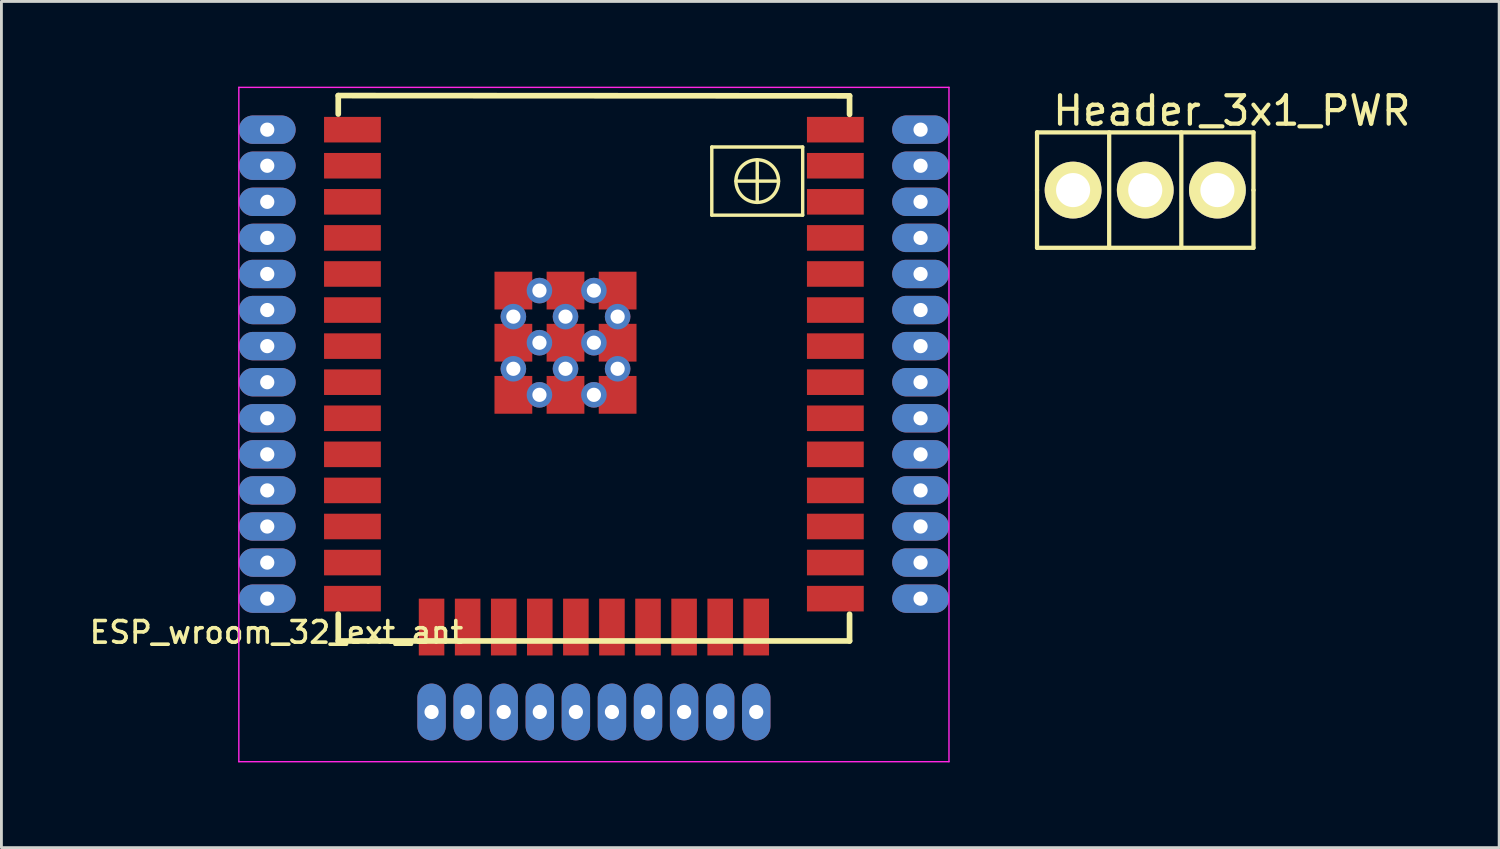
<source format=kicad_pcb>
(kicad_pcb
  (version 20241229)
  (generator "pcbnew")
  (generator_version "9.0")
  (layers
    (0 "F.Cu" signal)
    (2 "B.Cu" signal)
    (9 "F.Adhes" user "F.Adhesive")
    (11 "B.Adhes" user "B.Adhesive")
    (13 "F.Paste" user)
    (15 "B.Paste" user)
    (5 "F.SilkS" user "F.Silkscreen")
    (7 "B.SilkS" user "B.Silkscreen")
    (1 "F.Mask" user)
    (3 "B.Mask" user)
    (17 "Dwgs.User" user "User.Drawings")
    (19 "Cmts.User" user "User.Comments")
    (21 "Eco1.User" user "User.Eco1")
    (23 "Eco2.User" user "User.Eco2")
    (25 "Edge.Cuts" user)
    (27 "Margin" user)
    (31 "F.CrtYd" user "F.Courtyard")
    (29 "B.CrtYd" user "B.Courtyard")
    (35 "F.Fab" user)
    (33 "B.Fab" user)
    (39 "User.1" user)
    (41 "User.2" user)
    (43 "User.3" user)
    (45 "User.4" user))
  (footprint "Header_3x1_PWR"
    (layer "F.Cu")
    (at 37.268 3.642)
    (property "Reference" "Header_3x1_PWR" (at 3.048 -2.794 0) (layer "F.SilkS") (effects (font (size 1 1) (thickness 0.15))))
    (attr smd)
    (fp_line (start -3.81 -2.032) (end 3.81 -2.032) (stroke (width 0.15) (type solid)) (layer "F.SilkS"))
    (fp_line (start -3.81 0) (end -3.81 -2.032) (stroke (width 0.15) (type solid)) (layer "F.SilkS"))
    (fp_line (start -3.81 2.032) (end -3.81 0) (stroke (width 0.15) (type solid)) (layer "F.SilkS"))
    (fp_line (start -1.27 -2.032) (end -1.27 2.032) (stroke (width 0.15) (type solid)) (layer "F.SilkS"))
    (fp_line (start 1.27 2.032) (end 1.27 -2.032) (stroke (width 0.15) (type solid)) (layer "F.SilkS"))
    (fp_line (start 3.81 -2.032) (end 3.81 0) (stroke (width 0.15) (type solid)) (layer "F.SilkS"))
    (fp_line (start 3.81 0) (end 3.81 2.032) (stroke (width 0.15) (type solid)) (layer "F.SilkS"))
    (fp_line (start 3.81 2.032) (end -3.81 2.032) (stroke (width 0.15) (type solid)) (layer "F.SilkS"))
    (pad "1" thru_hole circle (at -2.54 0) (size 2 2) (drill 1.2) (layers "*.Cu" "*.Mask" "F.SilkS"))
    (pad "2" thru_hole circle (at 0 0) (size 2 2) (drill 1.2) (layers "*.Cu" "*.Mask" "F.SilkS"))
    (pad "3" thru_hole circle (at 2.54 0) (size 2 2) (drill 1.2) (layers "*.Cu" "*.Mask" "F.SilkS")))
  (footprint "ESP_wroom_32_ext_ant"
    (layer "F.Cu")
    (at 17.858 19.525)
    (property "Reference" "ESP_wroom_32_ext_ant" (at -11.176 -0.314 180) (layer "F.SilkS") (effects (font (size 0.762 0.762) (thickness 0.127))))
    (attr through_hole)
    (fp_line (start -9 -19.21) (end 9 -19.2) (stroke (width 0.2) (type solid)) (layer "F.SilkS"))
    (fp_line (start -9 -18.56) (end -9 -19.21) (stroke (width 0.2) (type solid)) (layer "F.SilkS"))
    (fp_line (start -9 -0.01) (end -9 -0.95) (stroke (width 0.2) (type solid)) (layer "F.SilkS"))
    (fp_line (start 4.15 -17.4) (end 7.35 -17.4) (stroke (width 0.12) (type solid)) (layer "F.SilkS"))
    (fp_line (start 4.15 -15) (end 4.15 -17.4) (stroke (width 0.12) (type solid)) (layer "F.SilkS"))
    (fp_line (start 5.75 -16.2) (end 5 -16.2) (stroke (width 0.12) (type solid)) (layer "F.SilkS"))
    (fp_line (start 5.75 -16.2) (end 5.75 -16.95) (stroke (width 0.12) (type solid)) (layer "F.SilkS"))
    (fp_line (start 5.75 -16.2) (end 5.75 -15.45) (stroke (width 0.12) (type solid)) (layer "F.SilkS"))
    (fp_line (start 5.75 -16.2) (end 6.5 -16.2) (stroke (width 0.12) (type solid)) (layer "F.SilkS"))
    (fp_line (start 7.35 -17.4) (end 7.35 -15) (stroke (width 0.12) (type solid)) (layer "F.SilkS"))
    (fp_line (start 7.35 -15) (end 4.15 -15) (stroke (width 0.12) (type solid)) (layer "F.SilkS"))
    (fp_line (start 9 -18.55) (end 9 -19.2) (stroke (width 0.2) (type solid)) (layer "F.SilkS"))
    (fp_line (start 9 -0.01) (end -9 -0.01) (stroke (width 0.2) (type solid)) (layer "F.SilkS"))
    (fp_line (start 9 -0.01) (end 9 -0.95) (stroke (width 0.2) (type solid)) (layer "F.SilkS"))
    (fp_circle (center 5.75 -16.2) (end 6.5 -16.2) (stroke (width 0.12) (type solid)) (fill no) (layer "F.SilkS"))
    (fp_line (start -12.5 4.24) (end -12.5 -19.5) (stroke (width 0.05) (type solid)) (layer "F.CrtYd"))
    (fp_line (start 12.5 -19.5) (end -12.5 -19.5) (stroke (width 0.05) (type solid)) (layer "F.CrtYd"))
    (fp_line (start 12.5 -19.5) (end 12.5 4.24) (stroke (width 0.05) (type solid)) (layer "F.CrtYd"))
    (fp_line (start 12.5 4.24) (end -12.5 4.24) (stroke (width 0.05) (type solid)) (layer "F.CrtYd"))
    (pad "1" thru_hole oval (at -11.5 -18.01) (size 2 1) (drill 0.5) (layers "*.Cu" "*.Mask"))
    (pad "1" smd rect (at -8.5 -18.01) (size 2 0.9) (layers "F.Cu" "F.Mask" "F.Paste"))
    (pad "2" thru_hole oval (at -11.5 -16.74) (size 2 1) (drill 0.5) (layers "*.Cu" "*.Mask"))
    (pad "2" smd rect (at -8.5 -16.74) (size 2 0.9) (layers "F.Cu" "F.Mask" "F.Paste"))
    (pad "3" thru_hole oval (at -11.5 -15.47) (size 2 1) (drill 0.5) (layers "*.Cu" "*.Mask"))
    (pad "3" smd rect (at -8.5 -15.47) (size 2 0.9) (layers "F.Cu" "F.Mask" "F.Paste"))
    (pad "4" thru_hole oval (at -11.5 -14.2) (size 2 1) (drill 0.5) (layers "*.Cu" "*.Mask"))
    (pad "4" smd rect (at -8.5 -14.2) (size 2 0.9) (layers "F.Cu" "F.Mask" "F.Paste"))
    (pad "5" thru_hole oval (at -11.5 -12.93) (size 2 1) (drill 0.5) (layers "*.Cu" "*.Mask"))
    (pad "5" smd rect (at -8.5 -12.93) (size 2 0.9) (layers "F.Cu" "F.Mask" "F.Paste"))
    (pad "6" thru_hole oval (at -11.5 -11.66) (size 2 1) (drill 0.5) (layers "*.Cu" "*.Mask"))
    (pad "6" smd rect (at -8.5 -11.66) (size 2 0.9) (layers "F.Cu" "F.Mask" "F.Paste"))
    (pad "7" thru_hole oval (at -11.5 -10.39) (size 2 1) (drill 0.5) (layers "*.Cu" "*.Mask"))
    (pad "7" smd rect (at -8.5 -10.39) (size 2 0.9) (layers "F.Cu" "F.Mask" "F.Paste"))
    (pad "8" thru_hole oval (at -11.5 -9.12) (size 2 1) (drill 0.5) (layers "*.Cu" "*.Mask"))
    (pad "8" smd rect (at -8.5 -9.12) (size 2 0.9) (layers "F.Cu" "F.Mask" "F.Paste"))
    (pad "9" thru_hole oval (at -11.5 -7.85) (size 2 1) (drill 0.5) (layers "*.Cu" "*.Mask"))
    (pad "9" smd rect (at -8.5 -7.85) (size 2 0.9) (layers "F.Cu" "F.Mask" "F.Paste"))
    (pad "10" thru_hole oval (at -11.5 -6.58) (size 2 1) (drill 0.5) (layers "*.Cu" "*.Mask"))
    (pad "10" smd rect (at -8.5 -6.58) (size 2 0.9) (layers "F.Cu" "F.Mask" "F.Paste"))
    (pad "11" thru_hole oval (at -11.5 -5.31) (size 2 1) (drill 0.5) (layers "*.Cu" "*.Mask"))
    (pad "11" smd rect (at -8.5 -5.31) (size 2 0.9) (layers "F.Cu" "F.Mask" "F.Paste"))
    (pad "12" thru_hole oval (at -11.5 -4.04) (size 2 1) (drill 0.5) (layers "*.Cu" "*.Mask"))
    (pad "12" smd rect (at -8.5 -4.04) (size 2 0.9) (layers "F.Cu" "F.Mask" "F.Paste"))
    (pad "13" thru_hole oval (at -11.5 -2.77) (size 2 1) (drill 0.5) (layers "*.Cu" "*.Mask"))
    (pad "13" smd rect (at -8.5 -2.77) (size 2 0.9) (layers "F.Cu" "F.Mask" "F.Paste"))
    (pad "14" thru_hole oval (at -11.5 -1.5) (size 2 1) (drill 0.5) (layers "*.Cu" "*.Mask"))
    (pad "14" smd rect (at -8.5 -1.5) (size 2 0.9) (layers "F.Cu" "F.Mask" "F.Paste"))
    (pad "15" smd rect (at -5.715 -0.5 90) (size 2 0.9) (layers "F.Cu" "F.Mask" "F.Paste"))
    (pad "15" thru_hole oval (at -5.715 2.49 90) (size 2 1) (drill 0.5) (layers "*.Cu" "*.Mask"))
    (pad "16" smd rect (at -4.445 -0.5 90) (size 2 0.9) (layers "F.Cu" "F.Mask" "F.Paste"))
    (pad "16" thru_hole oval (at -4.445 2.49 90) (size 2 1) (drill 0.5) (layers "*.Cu" "*.Mask"))
    (pad "17" smd rect (at -3.175 -0.5 90) (size 2 0.9) (layers "F.Cu" "F.Mask" "F.Paste"))
    (pad "17" thru_hole oval (at -3.175 2.49 90) (size 2 1) (drill 0.5) (layers "*.Cu" "*.Mask"))
    (pad "18" smd rect (at -1.905 -0.5 90) (size 2 0.9) (layers "F.Cu" "F.Mask" "F.Paste"))
    (pad "18" thru_hole oval (at -1.905 2.49 90) (size 2 1) (drill 0.5) (layers "*.Cu" "*.Mask"))
    (pad "19" smd rect (at -0.635 -0.5 90) (size 2 0.9) (layers "F.Cu" "F.Mask" "F.Paste"))
    (pad "19" thru_hole oval (at -0.635 2.49 90) (size 2 1) (drill 0.5) (layers "*.Cu" "*.Mask"))
    (pad "20" smd rect (at 0.635 -0.5 90) (size 2 0.9) (layers "F.Cu" "F.Mask" "F.Paste"))
    (pad "20" thru_hole oval (at 0.635 2.49 90) (size 2 1) (drill 0.5) (layers "*.Cu" "*.Mask"))
    (pad "21" smd rect (at 1.905 -0.5 90) (size 2 0.9) (layers "F.Cu" "F.Mask" "F.Paste"))
    (pad "21" thru_hole oval (at 1.905 2.49 90) (size 2 1) (drill 0.5) (layers "*.Cu" "*.Mask"))
    (pad "22" smd rect (at 3.175 -0.5 90) (size 2 0.9) (layers "F.Cu" "F.Mask" "F.Paste"))
    (pad "22" thru_hole oval (at 3.175 2.49 90) (size 2 1) (drill 0.5) (layers "*.Cu" "*.Mask"))
    (pad "23" smd rect (at 4.445 -0.5 90) (size 2 0.9) (layers "F.Cu" "F.Mask" "F.Paste"))
    (pad "23" thru_hole oval (at 4.445 2.49 90) (size 2 1) (drill 0.5) (layers "*.Cu" "*.Mask"))
    (pad "24" smd rect (at 5.715 -0.5 90) (size 2 0.9) (layers "F.Cu" "F.Mask" "F.Paste"))
    (pad "24" thru_hole oval (at 5.715 2.49 90) (size 2 1) (drill 0.5) (layers "*.Cu" "*.Mask"))
    (pad "25" smd rect (at 8.5 -1.5) (size 2 0.9) (layers "F.Cu" "F.Mask" "F.Paste"))
    (pad "25" thru_hole oval (at 11.5 -1.5) (size 2 1) (drill 0.5) (layers "*.Cu" "*.Mask"))
    (pad "26" smd rect (at 8.5 -2.77) (size 2 0.9) (layers "F.Cu" "F.Mask" "F.Paste"))
    (pad "26" thru_hole oval (at 11.5 -2.77) (size 2 1) (drill 0.5) (layers "*.Cu" "*.Mask"))
    (pad "27" smd rect (at 8.5 -4.04) (size 2 0.9) (layers "F.Cu" "F.Mask" "F.Paste"))
    (pad "27" thru_hole oval (at 11.5 -4.04) (size 2 1) (drill 0.5) (layers "*.Cu" "*.Mask"))
    (pad "28" smd rect (at 8.5 -5.31) (size 2 0.9) (layers "F.Cu" "F.Mask" "F.Paste"))
    (pad "28" thru_hole oval (at 11.5 -5.31) (size 2 1) (drill 0.5) (layers "*.Cu" "*.Mask"))
    (pad "29" smd rect (at 8.5 -6.58) (size 2 0.9) (layers "F.Cu" "F.Mask" "F.Paste"))
    (pad "29" thru_hole oval (at 11.5 -6.58) (size 2 1) (drill 0.5) (layers "*.Cu" "*.Mask"))
    (pad "30" smd rect (at 8.5 -7.85) (size 2 0.9) (layers "F.Cu" "F.Mask" "F.Paste"))
    (pad "30" thru_hole oval (at 11.5 -7.85) (size 2 1) (drill 0.5) (layers "*.Cu" "*.Mask"))
    (pad "31" smd rect (at 8.5 -9.12) (size 2 0.9) (layers "F.Cu" "F.Mask" "F.Paste"))
    (pad "31" thru_hole oval (at 11.5 -9.12) (size 2 1) (drill 0.5) (layers "*.Cu" "*.Mask"))
    (pad "32" smd rect (at 8.5 -10.39) (size 2 0.9) (layers "F.Cu" "F.Mask" "F.Paste"))
    (pad "32" thru_hole oval (at 11.5 -10.39) (size 2 1) (drill 0.5) (layers "*.Cu" "*.Mask"))
    (pad "33" smd rect (at 8.5 -11.66) (size 2 0.9) (layers "F.Cu" "F.Mask" "F.Paste"))
    (pad "33" thru_hole oval (at 11.5 -11.66) (size 2 1) (drill 0.5) (layers "*.Cu" "*.Mask"))
    (pad "34" smd rect (at 8.5 -12.93) (size 2 0.9) (layers "F.Cu" "F.Mask" "F.Paste"))
    (pad "34" thru_hole oval (at 11.5 -12.93) (size 2 1) (drill 0.5) (layers "*.Cu" "*.Mask"))
    (pad "35" smd rect (at 8.5 -14.2) (size 2 0.9) (layers "F.Cu" "F.Mask" "F.Paste"))
    (pad "35" thru_hole oval (at 11.5 -14.2) (size 2 1) (drill 0.5) (layers "*.Cu" "*.Mask"))
    (pad "36" smd rect (at 8.5 -15.47) (size 2 0.9) (layers "F.Cu" "F.Mask" "F.Paste"))
    (pad "36" thru_hole oval (at 11.5 -15.47) (size 2 1) (drill 0.5) (layers "*.Cu" "*.Mask"))
    (pad "37" smd rect (at 8.5 -16.74) (size 2 0.9) (layers "F.Cu" "F.Mask" "F.Paste"))
    (pad "37" thru_hole oval (at 11.5 -16.74) (size 2 1) (drill 0.5) (layers "*.Cu" "*.Mask"))
    (pad "38" smd rect (at 8.5 -18.01) (size 2 0.9) (layers "F.Cu" "F.Mask" "F.Paste"))
    (pad "38" thru_hole oval (at 11.5 -18.01) (size 2 1) (drill 0.5) (layers "*.Cu" "*.Mask"))
    (pad "39" smd rect (at -2.835 -12.345 90) (size 1.33 1.33) (layers "F.Cu" "F.Mask" "F.Paste"))
    (pad "39" thru_hole circle (at -2.835 -11.428 90) (size 0.9 0.9) (drill 0.5) (layers "*.Cu" "*.Mask"))
    (pad "39" smd rect (at -2.835 -10.51 90) (size 1.33 1.33) (layers "F.Cu" "F.Mask" "F.Paste"))
    (pad "39" thru_hole circle (at -2.835 -9.592 90) (size 0.9 0.9) (drill 0.5) (layers "*.Cu" "*.Mask"))
    (pad "39" smd rect (at -2.835 -8.675 90) (size 1.33 1.33) (layers "F.Cu" "F.Mask" "F.Paste"))
    (pad "39" thru_hole circle (at -1.917 -12.345 90) (size 0.9 0.9) (drill 0.5) (layers "*.Cu" "*.Mask"))
    (pad "39" thru_hole circle (at -1.917 -10.51 90) (size 0.9 0.9) (drill 0.5) (layers "*.Cu" "*.Mask"))
    (pad "39" thru_hole circle (at -1.917 -8.675 90) (size 0.9 0.9) (drill 0.5) (layers "*.Cu" "*.Mask"))
    (pad "39" smd rect (at -1 -12.345 90) (size 1.33 1.33) (layers "F.Cu" "F.Mask" "F.Paste"))
    (pad "39" thru_hole circle (at -1 -11.428 90) (size 0.9 0.9) (drill 0.5) (layers "*.Cu" "*.Mask"))
    (pad "39" smd rect (at -1 -10.51 90) (size 1.33 1.33) (layers "F.Cu" "F.Mask" "F.Paste"))
    (pad "39" thru_hole circle (at -1 -9.592 90) (size 0.9 0.9) (drill 0.5) (layers "*.Cu" "*.Mask"))
    (pad "39" smd rect (at -1 -8.675 90) (size 1.33 1.33) (layers "F.Cu" "F.Mask" "F.Paste"))
    (pad "39" thru_hole circle (at 0 -12.345 90) (size 0.9 0.9) (drill 0.5) (layers "*.Cu" "*.Mask"))
    (pad "39" thru_hole circle (at 0 -10.51 90) (size 0.9 0.9) (drill 0.5) (layers "*.Cu" "*.Mask"))
    (pad "39" thru_hole circle (at 0 -8.675 90) (size 0.9 0.9) (drill 0.5) (layers "*.Cu" "*.Mask"))
    (pad "39" smd rect (at 0.835 -12.345 90) (size 1.33 1.33) (layers "F.Cu" "F.Mask" "F.Paste"))
    (pad "39" thru_hole circle (at 0.835 -11.428 90) (size 0.9 0.9) (drill 0.5) (layers "*.Cu" "*.Mask"))
    (pad "39" smd rect (at 0.835 -10.51 90) (size 1.33 1.33) (layers "F.Cu" "F.Mask" "F.Paste"))
    (pad "39" thru_hole circle (at 0.835 -9.592 90) (size 0.9 0.9) (drill 0.5) (layers "*.Cu" "*.Mask"))
    (pad "39" smd rect (at 0.835 -8.675 90) (size 1.33 1.33) (layers "F.Cu" "F.Mask" "F.Paste")))
  (gr_rect
    (start -3 -3)
    (end 49.727 26.79)
    (stroke (width 0.1) (type default))
    (fill no)
    (layer "Edge.Cuts")))
</source>
